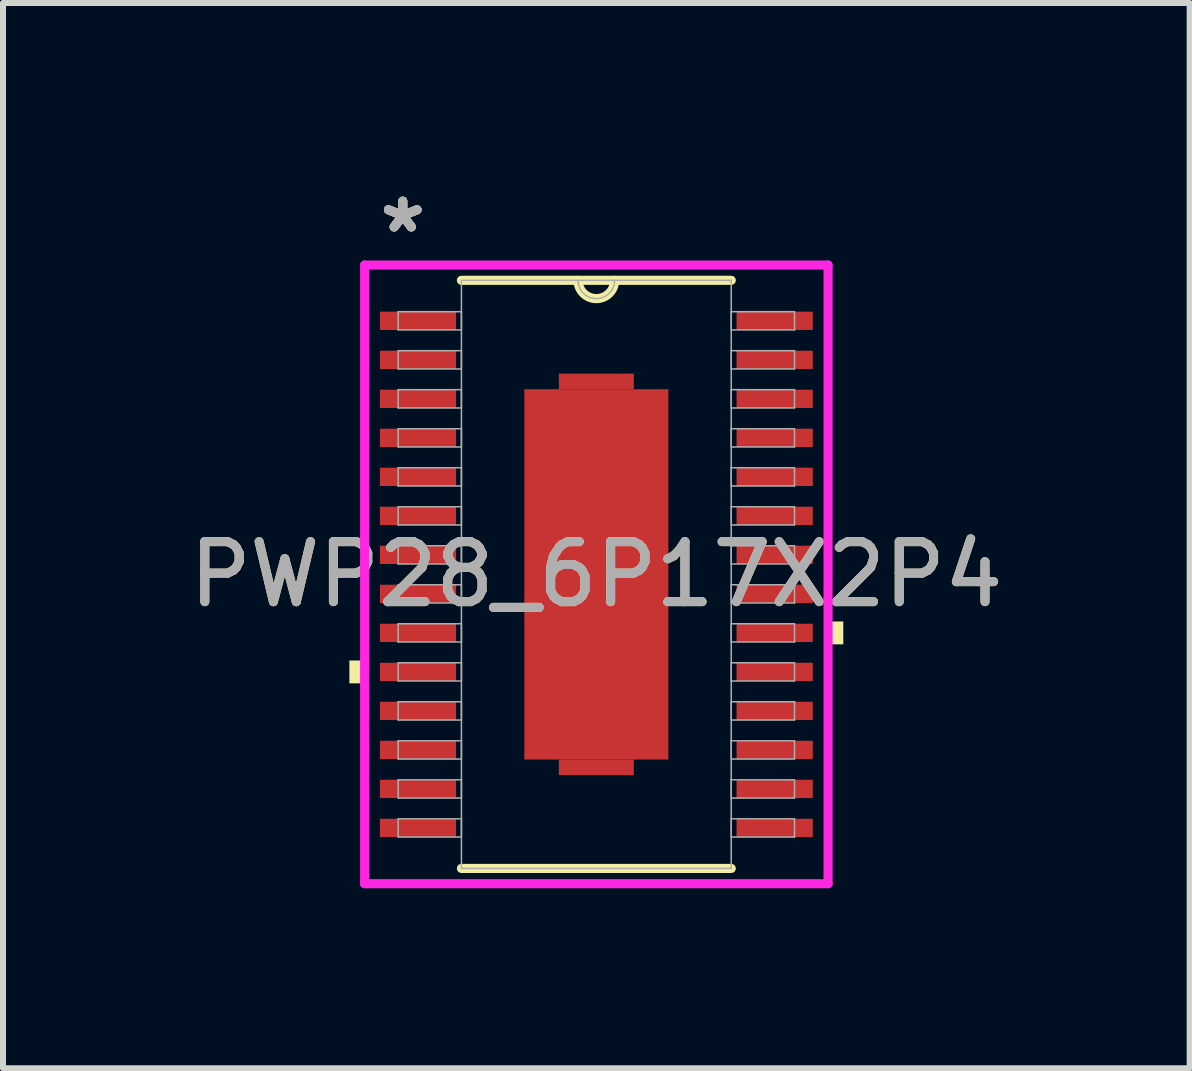
<source format=kicad_pcb>
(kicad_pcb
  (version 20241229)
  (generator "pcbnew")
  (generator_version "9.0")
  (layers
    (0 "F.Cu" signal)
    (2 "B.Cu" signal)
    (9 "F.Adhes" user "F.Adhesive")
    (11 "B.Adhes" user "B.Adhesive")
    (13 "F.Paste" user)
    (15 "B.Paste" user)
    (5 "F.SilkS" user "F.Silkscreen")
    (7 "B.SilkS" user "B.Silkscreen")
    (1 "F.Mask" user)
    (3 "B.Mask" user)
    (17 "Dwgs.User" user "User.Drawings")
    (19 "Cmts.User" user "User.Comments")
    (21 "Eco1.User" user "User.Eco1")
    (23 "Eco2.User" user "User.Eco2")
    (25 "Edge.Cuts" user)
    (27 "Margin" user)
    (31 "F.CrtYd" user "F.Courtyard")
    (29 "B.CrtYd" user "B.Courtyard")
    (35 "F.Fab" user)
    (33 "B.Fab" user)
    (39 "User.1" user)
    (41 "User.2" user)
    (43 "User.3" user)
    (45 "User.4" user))
  (footprint "PWP28_6P17X2P4"
    (layer "F.Cu")
    (at 6.887 6.521)
    (property "Reference" "PWP28_6P17X2P4" (at 0 0 0) (unlocked yes) (layer "F.SilkS") (effects (font (size 1 1) (thickness 0.15))))
    (attr smd)
    (fp_poly (pts (xy -0.625 -3.085) (xy -0.625 -3.345) (xy 0.625 -3.345) (xy 0.625 -3.085)) (stroke (width 0) (type solid)) (fill yes) (layer "F.Cu"))
    (fp_poly (pts (xy -0.625 3.085) (xy -0.625 3.345) (xy 0.625 3.345) (xy 0.625 3.085)) (stroke (width 0) (type solid)) (fill yes) (layer "F.Cu"))
    (fp_poly (pts (xy -0.625 -3.085) (xy -0.625 -3.345) (xy 0.625 -3.345) (xy 0.625 -3.085)) (stroke (width 0) (type solid)) (fill yes) (layer "F.Mask"))
    (fp_poly (pts (xy -0.625 3.085) (xy -0.625 3.345) (xy 0.625 3.345) (xy 0.625 3.085)) (stroke (width 0) (type solid)) (fill yes) (layer "F.Mask"))
    (fp_line (start -2.248 4.9) (end 2.248 4.9) (stroke (width 0.152) (type solid)) (layer "F.SilkS"))
    (fp_line (start 2.248 -4.9) (end -2.248 -4.9) (stroke (width 0.152) (type solid)) (layer "F.SilkS"))
    (fp_arc (start 0.3048 -4.900003) (mid 0 -4.595203) (end -0.3048 -4.900003) (stroke (width 0.1524) (type solid)) (layer "F.SilkS"))
    (fp_poly (pts (xy -4.115 1.435) (xy -4.115 1.816) (xy -3.861 1.816) (xy -3.861 1.435)) (stroke (width 0) (type solid)) (fill yes) (layer "F.SilkS"))
    (fp_poly (pts (xy 4.115 0.785) (xy 4.115 1.166) (xy 3.861 1.166) (xy 3.861 0.785)) (stroke (width 0) (type solid)) (fill yes) (layer "F.SilkS"))
    (fp_line (start -3.861 -5.154) (end 3.861 -5.154) (stroke (width 0.152) (type solid)) (layer "F.CrtYd"))
    (fp_line (start -3.861 5.154) (end -3.861 -5.154) (stroke (width 0.152) (type solid)) (layer "F.CrtYd"))
    (fp_line (start 3.861 -5.154) (end 3.861 5.154) (stroke (width 0.152) (type solid)) (layer "F.CrtYd"))
    (fp_line (start 3.861 5.154) (end -3.861 5.154) (stroke (width 0.152) (type solid)) (layer "F.CrtYd"))
    (fp_line (start -3.302 -4.377) (end -3.302 -4.073) (stroke (width 0.025) (type solid)) (layer "F.Fab"))
    (fp_line (start -3.302 -4.073) (end -2.248 -4.073) (stroke (width 0.025) (type solid)) (layer "F.Fab"))
    (fp_line (start -3.302 -3.727) (end -3.302 -3.423) (stroke (width 0.025) (type solid)) (layer "F.Fab"))
    (fp_line (start -3.302 -3.423) (end -2.248 -3.423) (stroke (width 0.025) (type solid)) (layer "F.Fab"))
    (fp_line (start -3.302 -3.077) (end -3.302 -2.773) (stroke (width 0.025) (type solid)) (layer "F.Fab"))
    (fp_line (start -3.302 -2.773) (end -2.248 -2.773) (stroke (width 0.025) (type solid)) (layer "F.Fab"))
    (fp_line (start -3.302 -2.427) (end -3.302 -2.123) (stroke (width 0.025) (type solid)) (layer "F.Fab"))
    (fp_line (start -3.302 -2.123) (end -2.248 -2.123) (stroke (width 0.025) (type solid)) (layer "F.Fab"))
    (fp_line (start -3.302 -1.777) (end -3.302 -1.473) (stroke (width 0.025) (type solid)) (layer "F.Fab"))
    (fp_line (start -3.302 -1.473) (end -2.248 -1.473) (stroke (width 0.025) (type solid)) (layer "F.Fab"))
    (fp_line (start -3.302 -1.127) (end -3.302 -0.823) (stroke (width 0.025) (type solid)) (layer "F.Fab"))
    (fp_line (start -3.302 -0.823) (end -2.248 -0.823) (stroke (width 0.025) (type solid)) (layer "F.Fab"))
    (fp_line (start -3.302 -0.477) (end -3.302 -0.173) (stroke (width 0.025) (type solid)) (layer "F.Fab"))
    (fp_line (start -3.302 -0.173) (end -2.248 -0.173) (stroke (width 0.025) (type solid)) (layer "F.Fab"))
    (fp_line (start -3.302 0.173) (end -3.302 0.477) (stroke (width 0.025) (type solid)) (layer "F.Fab"))
    (fp_line (start -3.302 0.477) (end -2.248 0.477) (stroke (width 0.025) (type solid)) (layer "F.Fab"))
    (fp_line (start -3.302 0.823) (end -3.302 1.127) (stroke (width 0.025) (type solid)) (layer "F.Fab"))
    (fp_line (start -3.302 1.127) (end -2.248 1.127) (stroke (width 0.025) (type solid)) (layer "F.Fab"))
    (fp_line (start -3.302 1.473) (end -3.302 1.777) (stroke (width 0.025) (type solid)) (layer "F.Fab"))
    (fp_line (start -3.302 1.777) (end -2.248 1.777) (stroke (width 0.025) (type solid)) (layer "F.Fab"))
    (fp_line (start -3.302 2.123) (end -3.302 2.427) (stroke (width 0.025) (type solid)) (layer "F.Fab"))
    (fp_line (start -3.302 2.427) (end -2.248 2.427) (stroke (width 0.025) (type solid)) (layer "F.Fab"))
    (fp_line (start -3.302 2.773) (end -3.302 3.077) (stroke (width 0.025) (type solid)) (layer "F.Fab"))
    (fp_line (start -3.302 3.077) (end -2.248 3.077) (stroke (width 0.025) (type solid)) (layer "F.Fab"))
    (fp_line (start -3.302 3.423) (end -3.302 3.727) (stroke (width 0.025) (type solid)) (layer "F.Fab"))
    (fp_line (start -3.302 3.727) (end -2.248 3.727) (stroke (width 0.025) (type solid)) (layer "F.Fab"))
    (fp_line (start -3.302 4.073) (end -3.302 4.377) (stroke (width 0.025) (type solid)) (layer "F.Fab"))
    (fp_line (start -3.302 4.377) (end -2.248 4.377) (stroke (width 0.025) (type solid)) (layer "F.Fab"))
    (fp_line (start -2.248 -4.9) (end -2.248 4.9) (stroke (width 0.025) (type solid)) (layer "F.Fab"))
    (fp_line (start -2.248 -4.377) (end -3.302 -4.377) (stroke (width 0.025) (type solid)) (layer "F.Fab"))
    (fp_line (start -2.248 -4.073) (end -2.248 -4.377) (stroke (width 0.025) (type solid)) (layer "F.Fab"))
    (fp_line (start -2.248 -3.727) (end -3.302 -3.727) (stroke (width 0.025) (type solid)) (layer "F.Fab"))
    (fp_line (start -2.248 -3.423) (end -2.248 -3.727) (stroke (width 0.025) (type solid)) (layer "F.Fab"))
    (fp_line (start -2.248 -3.077) (end -3.302 -3.077) (stroke (width 0.025) (type solid)) (layer "F.Fab"))
    (fp_line (start -2.248 -2.773) (end -2.248 -3.077) (stroke (width 0.025) (type solid)) (layer "F.Fab"))
    (fp_line (start -2.248 -2.427) (end -3.302 -2.427) (stroke (width 0.025) (type solid)) (layer "F.Fab"))
    (fp_line (start -2.248 -2.123) (end -2.248 -2.427) (stroke (width 0.025) (type solid)) (layer "F.Fab"))
    (fp_line (start -2.248 -1.777) (end -3.302 -1.777) (stroke (width 0.025) (type solid)) (layer "F.Fab"))
    (fp_line (start -2.248 -1.473) (end -2.248 -1.777) (stroke (width 0.025) (type solid)) (layer "F.Fab"))
    (fp_line (start -2.248 -1.127) (end -3.302 -1.127) (stroke (width 0.025) (type solid)) (layer "F.Fab"))
    (fp_line (start -2.248 -0.823) (end -2.248 -1.127) (stroke (width 0.025) (type solid)) (layer "F.Fab"))
    (fp_line (start -2.248 -0.477) (end -3.302 -0.477) (stroke (width 0.025) (type solid)) (layer "F.Fab"))
    (fp_line (start -2.248 -0.173) (end -2.248 -0.477) (stroke (width 0.025) (type solid)) (layer "F.Fab"))
    (fp_line (start -2.248 0.173) (end -3.302 0.173) (stroke (width 0.025) (type solid)) (layer "F.Fab"))
    (fp_line (start -2.248 0.477) (end -2.248 0.173) (stroke (width 0.025) (type solid)) (layer "F.Fab"))
    (fp_line (start -2.248 0.823) (end -3.302 0.823) (stroke (width 0.025) (type solid)) (layer "F.Fab"))
    (fp_line (start -2.248 1.127) (end -2.248 0.823) (stroke (width 0.025) (type solid)) (layer "F.Fab"))
    (fp_line (start -2.248 1.473) (end -3.302 1.473) (stroke (width 0.025) (type solid)) (layer "F.Fab"))
    (fp_line (start -2.248 1.777) (end -2.248 1.473) (stroke (width 0.025) (type solid)) (layer "F.Fab"))
    (fp_line (start -2.248 2.123) (end -3.302 2.123) (stroke (width 0.025) (type solid)) (layer "F.Fab"))
    (fp_line (start -2.248 2.427) (end -2.248 2.123) (stroke (width 0.025) (type solid)) (layer "F.Fab"))
    (fp_line (start -2.248 2.773) (end -3.302 2.773) (stroke (width 0.025) (type solid)) (layer "F.Fab"))
    (fp_line (start -2.248 3.077) (end -2.248 2.773) (stroke (width 0.025) (type solid)) (layer "F.Fab"))
    (fp_line (start -2.248 3.423) (end -3.302 3.423) (stroke (width 0.025) (type solid)) (layer "F.Fab"))
    (fp_line (start -2.248 3.727) (end -2.248 3.423) (stroke (width 0.025) (type solid)) (layer "F.Fab"))
    (fp_line (start -2.248 4.073) (end -3.302 4.073) (stroke (width 0.025) (type solid)) (layer "F.Fab"))
    (fp_line (start -2.248 4.377) (end -2.248 4.073) (stroke (width 0.025) (type solid)) (layer "F.Fab"))
    (fp_line (start -2.248 4.9) (end 2.248 4.9) (stroke (width 0.025) (type solid)) (layer "F.Fab"))
    (fp_line (start 2.248 -4.9) (end -2.248 -4.9) (stroke (width 0.025) (type solid)) (layer "F.Fab"))
    (fp_line (start 2.248 -4.377) (end 2.248 -4.073) (stroke (width 0.025) (type solid)) (layer "F.Fab"))
    (fp_line (start 2.248 -4.073) (end 3.302 -4.073) (stroke (width 0.025) (type solid)) (layer "F.Fab"))
    (fp_line (start 2.248 -3.727) (end 2.248 -3.423) (stroke (width 0.025) (type solid)) (layer "F.Fab"))
    (fp_line (start 2.248 -3.423) (end 3.302 -3.423) (stroke (width 0.025) (type solid)) (layer "F.Fab"))
    (fp_line (start 2.248 -3.077) (end 2.248 -2.773) (stroke (width 0.025) (type solid)) (layer "F.Fab"))
    (fp_line (start 2.248 -2.773) (end 3.302 -2.773) (stroke (width 0.025) (type solid)) (layer "F.Fab"))
    (fp_line (start 2.248 -2.427) (end 2.248 -2.123) (stroke (width 0.025) (type solid)) (layer "F.Fab"))
    (fp_line (start 2.248 -2.123) (end 3.302 -2.123) (stroke (width 0.025) (type solid)) (layer "F.Fab"))
    (fp_line (start 2.248 -1.777) (end 2.248 -1.473) (stroke (width 0.025) (type solid)) (layer "F.Fab"))
    (fp_line (start 2.248 -1.473) (end 3.302 -1.473) (stroke (width 0.025) (type solid)) (layer "F.Fab"))
    (fp_line (start 2.248 -1.127) (end 2.248 -0.823) (stroke (width 0.025) (type solid)) (layer "F.Fab"))
    (fp_line (start 2.248 -0.823) (end 3.302 -0.823) (stroke (width 0.025) (type solid)) (layer "F.Fab"))
    (fp_line (start 2.248 -0.477) (end 2.248 -0.173) (stroke (width 0.025) (type solid)) (layer "F.Fab"))
    (fp_line (start 2.248 -0.173) (end 3.302 -0.173) (stroke (width 0.025) (type solid)) (layer "F.Fab"))
    (fp_line (start 2.248 0.173) (end 2.248 0.477) (stroke (width 0.025) (type solid)) (layer "F.Fab"))
    (fp_line (start 2.248 0.477) (end 3.302 0.477) (stroke (width 0.025) (type solid)) (layer "F.Fab"))
    (fp_line (start 2.248 0.823) (end 2.248 1.127) (stroke (width 0.025) (type solid)) (layer "F.Fab"))
    (fp_line (start 2.248 1.127) (end 3.302 1.127) (stroke (width 0.025) (type solid)) (layer "F.Fab"))
    (fp_line (start 2.248 1.473) (end 2.248 1.777) (stroke (width 0.025) (type solid)) (layer "F.Fab"))
    (fp_line (start 2.248 1.777) (end 3.302 1.777) (stroke (width 0.025) (type solid)) (layer "F.Fab"))
    (fp_line (start 2.248 2.123) (end 2.248 2.427) (stroke (width 0.025) (type solid)) (layer "F.Fab"))
    (fp_line (start 2.248 2.427) (end 3.302 2.427) (stroke (width 0.025) (type solid)) (layer "F.Fab"))
    (fp_line (start 2.248 2.773) (end 2.248 3.077) (stroke (width 0.025) (type solid)) (layer "F.Fab"))
    (fp_line (start 2.248 3.077) (end 3.302 3.077) (stroke (width 0.025) (type solid)) (layer "F.Fab"))
    (fp_line (start 2.248 3.423) (end 2.248 3.727) (stroke (width 0.025) (type solid)) (layer "F.Fab"))
    (fp_line (start 2.248 3.727) (end 3.302 3.727) (stroke (width 0.025) (type solid)) (layer "F.Fab"))
    (fp_line (start 2.248 4.073) (end 2.248 4.377) (stroke (width 0.025) (type solid)) (layer "F.Fab"))
    (fp_line (start 2.248 4.377) (end 3.302 4.377) (stroke (width 0.025) (type solid)) (layer "F.Fab"))
    (fp_line (start 2.248 4.9) (end 2.248 -4.9) (stroke (width 0.025) (type solid)) (layer "F.Fab"))
    (fp_line (start 3.302 -4.377) (end 2.248 -4.377) (stroke (width 0.025) (type solid)) (layer "F.Fab"))
    (fp_line (start 3.302 -4.073) (end 3.302 -4.377) (stroke (width 0.025) (type solid)) (layer "F.Fab"))
    (fp_line (start 3.302 -3.727) (end 2.248 -3.727) (stroke (width 0.025) (type solid)) (layer "F.Fab"))
    (fp_line (start 3.302 -3.423) (end 3.302 -3.727) (stroke (width 0.025) (type solid)) (layer "F.Fab"))
    (fp_line (start 3.302 -3.077) (end 2.248 -3.077) (stroke (width 0.025) (type solid)) (layer "F.Fab"))
    (fp_line (start 3.302 -2.773) (end 3.302 -3.077) (stroke (width 0.025) (type solid)) (layer "F.Fab"))
    (fp_line (start 3.302 -2.427) (end 2.248 -2.427) (stroke (width 0.025) (type solid)) (layer "F.Fab"))
    (fp_line (start 3.302 -2.123) (end 3.302 -2.427) (stroke (width 0.025) (type solid)) (layer "F.Fab"))
    (fp_line (start 3.302 -1.777) (end 2.248 -1.777) (stroke (width 0.025) (type solid)) (layer "F.Fab"))
    (fp_line (start 3.302 -1.473) (end 3.302 -1.777) (stroke (width 0.025) (type solid)) (layer "F.Fab"))
    (fp_line (start 3.302 -1.127) (end 2.248 -1.127) (stroke (width 0.025) (type solid)) (layer "F.Fab"))
    (fp_line (start 3.302 -0.823) (end 3.302 -1.127) (stroke (width 0.025) (type solid)) (layer "F.Fab"))
    (fp_line (start 3.302 -0.477) (end 2.248 -0.477) (stroke (width 0.025) (type solid)) (layer "F.Fab"))
    (fp_line (start 3.302 -0.173) (end 3.302 -0.477) (stroke (width 0.025) (type solid)) (layer "F.Fab"))
    (fp_line (start 3.302 0.173) (end 2.248 0.173) (stroke (width 0.025) (type solid)) (layer "F.Fab"))
    (fp_line (start 3.302 0.477) (end 3.302 0.173) (stroke (width 0.025) (type solid)) (layer "F.Fab"))
    (fp_line (start 3.302 0.823) (end 2.248 0.823) (stroke (width 0.025) (type solid)) (layer "F.Fab"))
    (fp_line (start 3.302 1.127) (end 3.302 0.823) (stroke (width 0.025) (type solid)) (layer "F.Fab"))
    (fp_line (start 3.302 1.473) (end 2.248 1.473) (stroke (width 0.025) (type solid)) (layer "F.Fab"))
    (fp_line (start 3.302 1.777) (end 3.302 1.473) (stroke (width 0.025) (type solid)) (layer "F.Fab"))
    (fp_line (start 3.302 2.123) (end 2.248 2.123) (stroke (width 0.025) (type solid)) (layer "F.Fab"))
    (fp_line (start 3.302 2.427) (end 3.302 2.123) (stroke (width 0.025) (type solid)) (layer "F.Fab"))
    (fp_line (start 3.302 2.773) (end 2.248 2.773) (stroke (width 0.025) (type solid)) (layer "F.Fab"))
    (fp_line (start 3.302 3.077) (end 3.302 2.773) (stroke (width 0.025) (type solid)) (layer "F.Fab"))
    (fp_line (start 3.302 3.423) (end 2.248 3.423) (stroke (width 0.025) (type solid)) (layer "F.Fab"))
    (fp_line (start 3.302 3.727) (end 3.302 3.423) (stroke (width 0.025) (type solid)) (layer "F.Fab"))
    (fp_line (start 3.302 4.073) (end 2.248 4.073) (stroke (width 0.025) (type solid)) (layer "F.Fab"))
    (fp_line (start 3.302 4.377) (end 3.302 4.073) (stroke (width 0.025) (type solid)) (layer "F.Fab"))
    (fp_arc (start 0.3048 -4.900003) (mid 0 -4.595203) (end -0.3048 -4.900003) (stroke (width 0.0254) (type solid)) (layer "F.Fab"))
    (fp_text user "*" (at -3.226 -5.673 0) (layer "F.SilkS") (effects (font (size 1 1) (thickness 0.15))))
    (fp_text user "*" (at -3.226 -5.673 0) (unlocked yes) (layer "F.SilkS") (effects (font (size 1 1) (thickness 0.15))))
    (fp_text user "${REFERENCE}" (at 0 0 0) (unlocked yes) (layer "F.Fab") (effects (font (size 1 1) (thickness 0.15))))
    (fp_text user "*" (at -3.226 -5.673 0) (unlocked yes) (layer "F.Fab") (effects (font (size 1 1) (thickness 0.15))))
    (fp_text user "*" (at -3.226 -5.673 0) (layer "F.Fab") (effects (font (size 1 1) (thickness 0.15))))
    (pad "1" smd rect (at -2.972 -4.225) (size 1.27 0.305) (layers "F.Cu" "F.Mask" "F.Paste"))
    (pad "2" smd rect (at -2.972 -3.575) (size 1.27 0.305) (layers "F.Cu" "F.Mask" "F.Paste"))
    (pad "3" smd rect (at -2.972 -2.925) (size 1.27 0.305) (layers "F.Cu" "F.Mask" "F.Paste"))
    (pad "4" smd rect (at -2.972 -2.275) (size 1.27 0.305) (layers "F.Cu" "F.Mask" "F.Paste"))
    (pad "5" smd rect (at -2.972 -1.625) (size 1.27 0.305) (layers "F.Cu" "F.Mask" "F.Paste"))
    (pad "6" smd rect (at -2.972 -0.975) (size 1.27 0.305) (layers "F.Cu" "F.Mask" "F.Paste"))
    (pad "7" smd rect (at -2.972 -0.325) (size 1.27 0.305) (layers "F.Cu" "F.Mask" "F.Paste"))
    (pad "8" smd rect (at -2.972 0.325) (size 1.27 0.305) (layers "F.Cu" "F.Mask" "F.Paste"))
    (pad "9" smd rect (at -2.972 0.975) (size 1.27 0.305) (layers "F.Cu" "F.Mask" "F.Paste"))
    (pad "10" smd rect (at -2.972 1.625) (size 1.27 0.305) (layers "F.Cu" "F.Mask" "F.Paste"))
    (pad "11" smd rect (at -2.972 2.275) (size 1.27 0.305) (layers "F.Cu" "F.Mask" "F.Paste"))
    (pad "12" smd rect (at -2.972 2.925) (size 1.27 0.305) (layers "F.Cu" "F.Mask" "F.Paste"))
    (pad "13" smd rect (at -2.972 3.575) (size 1.27 0.305) (layers "F.Cu" "F.Mask" "F.Paste"))
    (pad "14" smd rect (at -2.972 4.225) (size 1.27 0.305) (layers "F.Cu" "F.Mask" "F.Paste"))
    (pad "15" smd rect (at 2.972 4.225) (size 1.27 0.305) (layers "F.Cu" "F.Mask" "F.Paste"))
    (pad "16" smd rect (at 2.972 3.575) (size 1.27 0.305) (layers "F.Cu" "F.Mask" "F.Paste"))
    (pad "17" smd rect (at 2.972 2.925) (size 1.27 0.305) (layers "F.Cu" "F.Mask" "F.Paste"))
    (pad "18" smd rect (at 2.972 2.275) (size 1.27 0.305) (layers "F.Cu" "F.Mask" "F.Paste"))
    (pad "19" smd rect (at 2.972 1.625) (size 1.27 0.305) (layers "F.Cu" "F.Mask" "F.Paste"))
    (pad "20" smd rect (at 2.972 0.975) (size 1.27 0.305) (layers "F.Cu" "F.Mask" "F.Paste"))
    (pad "21" smd rect (at 2.972 0.325) (size 1.27 0.305) (layers "F.Cu" "F.Mask" "F.Paste"))
    (pad "22" smd rect (at 2.972 -0.325) (size 1.27 0.305) (layers "F.Cu" "F.Mask" "F.Paste"))
    (pad "23" smd rect (at 2.972 -0.975) (size 1.27 0.305) (layers "F.Cu" "F.Mask" "F.Paste"))
    (pad "24" smd rect (at 2.972 -1.625) (size 1.27 0.305) (layers "F.Cu" "F.Mask" "F.Paste"))
    (pad "25" smd rect (at 2.972 -2.275) (size 1.27 0.305) (layers "F.Cu" "F.Mask" "F.Paste"))
    (pad "26" smd rect (at 2.972 -2.925) (size 1.27 0.305) (layers "F.Cu" "F.Mask" "F.Paste"))
    (pad "27" smd rect (at 2.972 -3.575) (size 1.27 0.305) (layers "F.Cu" "F.Mask" "F.Paste"))
    (pad "28" smd rect (at 2.972 -4.225) (size 1.27 0.305) (layers "F.Cu" "F.Mask" "F.Paste"))
    (pad "29" smd rect (at 0 0) (size 2.4 6.17) (layers "F.Cu" "F.Mask" "F.Paste")))
  (gr_rect
    (start -3 -3)
    (end 16.774 14.751)
    (stroke (width 0.1) (type default))
    (fill no)
    (layer "Edge.Cuts")))
</source>
